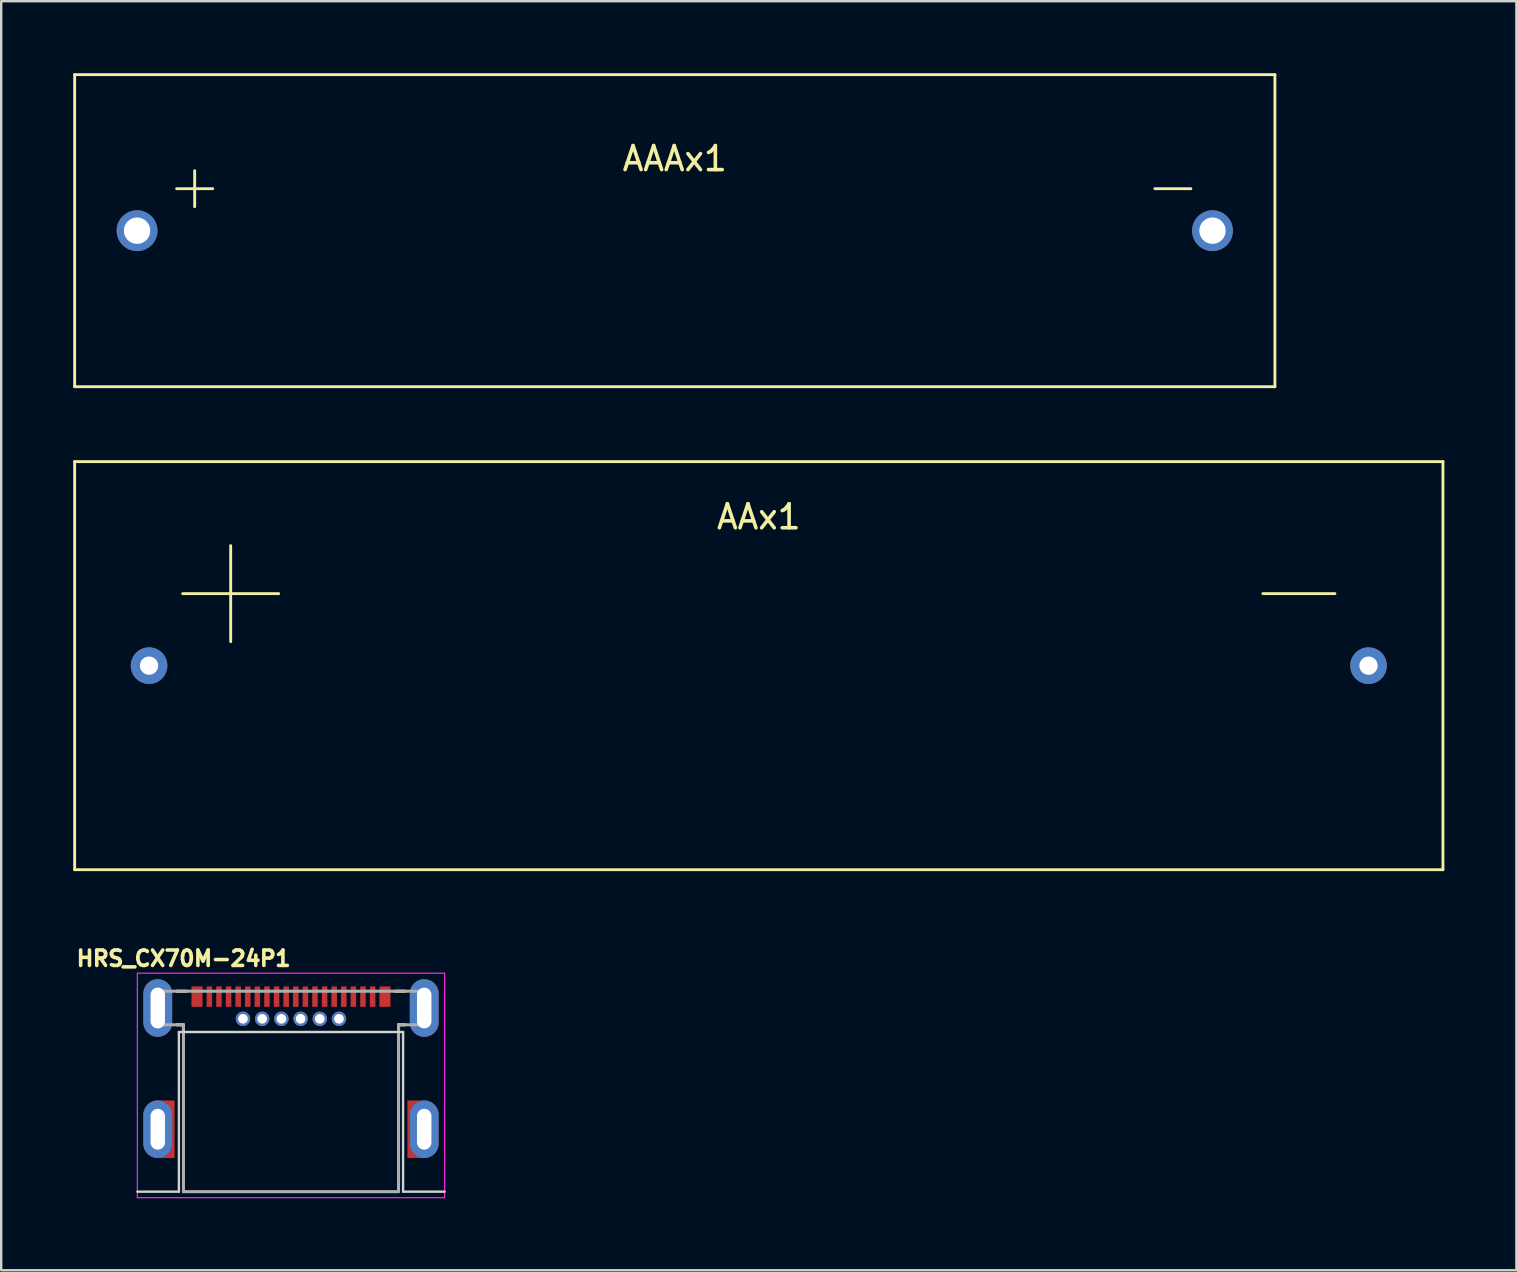
<source format=kicad_pcb>
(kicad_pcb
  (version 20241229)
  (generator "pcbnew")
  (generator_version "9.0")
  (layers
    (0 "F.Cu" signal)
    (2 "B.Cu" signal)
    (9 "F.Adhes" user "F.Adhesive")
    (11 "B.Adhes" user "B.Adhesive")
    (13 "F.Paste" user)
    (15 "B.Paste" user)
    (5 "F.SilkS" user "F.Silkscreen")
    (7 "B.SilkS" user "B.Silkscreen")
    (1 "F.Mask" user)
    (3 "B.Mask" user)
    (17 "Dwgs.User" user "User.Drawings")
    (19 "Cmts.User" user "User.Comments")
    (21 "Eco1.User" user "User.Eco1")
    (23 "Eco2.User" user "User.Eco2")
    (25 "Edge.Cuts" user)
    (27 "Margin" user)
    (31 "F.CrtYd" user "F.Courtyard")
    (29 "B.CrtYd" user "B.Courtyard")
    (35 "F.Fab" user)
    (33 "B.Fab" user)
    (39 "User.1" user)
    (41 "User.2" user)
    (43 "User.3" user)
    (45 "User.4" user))
  (footprint "AAAx1"
    (layer "F.Cu")
    (at 25.06 6.56)
    (property "Reference" "AAAx1" (at 0 -3 0) (layer "F.SilkS") (effects (font (size 1 1) (thickness 0.15))))
    (attr through_hole)
    (fp_line (start -25 -6.5) (end 25 -6.5) (stroke (width 0.12) (type solid)) (layer "F.SilkS"))
    (fp_line (start -25 6.5) (end -25 -6.5) (stroke (width 0.12) (type solid)) (layer "F.SilkS"))
    (fp_line (start -20.75 -1.75) (end -19.25 -1.75) (stroke (width 0.12) (type solid)) (layer "F.SilkS"))
    (fp_line (start -20 -2.5) (end -20 -1) (stroke (width 0.12) (type solid)) (layer "F.SilkS"))
    (fp_line (start 20 -1.75) (end 21.5 -1.75) (stroke (width 0.12) (type solid)) (layer "F.SilkS"))
    (fp_line (start 25 -6.5) (end 25 6.5) (stroke (width 0.12) (type solid)) (layer "F.SilkS"))
    (fp_line (start 25 6.5) (end -25 6.5) (stroke (width 0.12) (type solid)) (layer "F.SilkS"))
    (pad "1" thru_hole circle (at -22.4 0) (size 1.7 1.7) (drill 1.1) (layers "*.Cu" "*.Mask"))
    (pad "2" thru_hole circle (at 22.4 0) (size 1.7 1.7) (drill 1.1) (layers "*.Cu" "*.Mask")))
  (footprint "HRS_CX70M-24P1"
    (layer "F.Cu")
    (at 9.072 43.992)
    (property "Reference" "HRS_CX70M-24P1" (at -4.473 -7.114 0) (layer "F.SilkS") (effects (font (size 0.641 0.641) (thickness 0.15))))
    (attr through_hole)
    (fp_poly (pts (xy -5.607 -1.3) (xy -4.75 -1.3) (xy -4.75 1.302) (xy -5.607 1.302)) (stroke (width 0.01) (type solid)) (fill yes) (layer "F.Mask"))
    (fp_poly (pts (xy 4.75 -1.3) (xy 5.55 -1.3) (xy 5.55 1.3) (xy 4.75 1.3)) (stroke (width 0.01) (type solid)) (fill yes) (layer "F.Mask"))
    (fp_line (start -4.75 -5.75) (end -4.35 -5.75) (stroke (width 0.127) (type solid)) (layer "F.SilkS"))
    (fp_line (start -4.75 -4.35) (end -4.48 -4.35) (stroke (width 0.127) (type solid)) (layer "F.SilkS"))
    (fp_line (start -4.48 -4.35) (end -4.48 -4.15) (stroke (width 0.127) (type solid)) (layer "F.SilkS"))
    (fp_line (start 4.35 -5.75) (end 4.75 -5.75) (stroke (width 0.127) (type solid)) (layer "F.SilkS"))
    (fp_line (start 4.48 -4.35) (end 4.48 -4.15) (stroke (width 0.127) (type solid)) (layer "F.SilkS"))
    (fp_line (start 4.75 -4.35) (end 4.48 -4.35) (stroke (width 0.127) (type solid)) (layer "F.SilkS"))
    (fp_poly (pts (xy -5.55 -1.2) (xy -4.85 -1.2) (xy -4.85 1.2) (xy -5.55 1.2) (xy -5.519 1.199) (xy -5.487 1.197) (xy -5.456 1.193) (xy -5.425 1.187) (xy -5.395 1.18) (xy -5.365 1.171) (xy -5.335 1.16) (xy -5.306 1.148) (xy -5.278 1.135) (xy -5.25 1.12) (xy -5.223 1.103) (xy -5.197 1.085) (xy -5.172 1.066) (xy -5.149 1.046) (xy -5.126 1.024) (xy -5.104 1.001) (xy -5.084 0.978) (xy -5.065 0.953) (xy -5.047 0.927) (xy -5.03 0.9) (xy -5.015 0.872) (xy -5.002 0.844) (xy -4.99 0.815) (xy -4.979 0.785) (xy -4.97 0.755) (xy -4.963 0.725) (xy -4.957 0.694) (xy -4.953 0.663) (xy -4.951 0.631) (xy -4.95 0.6) (xy -4.95 -0.6) (xy -4.951 -0.631) (xy -4.953 -0.663) (xy -4.957 -0.694) (xy -4.963 -0.725) (xy -4.97 -0.755) (xy -4.979 -0.785) (xy -4.99 -0.815) (xy -5.002 -0.844) (xy -5.015 -0.872) (xy -5.03 -0.9) (xy -5.047 -0.927) (xy -5.065 -0.953) (xy -5.084 -0.978) (xy -5.104 -1.001) (xy -5.126 -1.024) (xy -5.149 -1.046) (xy -5.172 -1.066) (xy -5.197 -1.085) (xy -5.223 -1.103) (xy -5.25 -1.12) (xy -5.278 -1.135) (xy -5.306 -1.148) (xy -5.335 -1.16) (xy -5.365 -1.171) (xy -5.395 -1.18) (xy -5.425 -1.187) (xy -5.456 -1.193) (xy -5.487 -1.197) (xy -5.519 -1.199) (xy -5.55 -1.2)) (stroke (width 0.0001) (type solid)) (fill yes) (layer "F.Paste"))
    (fp_poly (pts (xy 5.55 -1.2) (xy 4.85 -1.2) (xy 4.85 1.2) (xy 5.55 1.2) (xy 5.519 1.199) (xy 5.487 1.197) (xy 5.456 1.193) (xy 5.425 1.187) (xy 5.395 1.18) (xy 5.365 1.171) (xy 5.335 1.16) (xy 5.306 1.148) (xy 5.278 1.135) (xy 5.25 1.12) (xy 5.223 1.103) (xy 5.197 1.085) (xy 5.172 1.066) (xy 5.149 1.046) (xy 5.126 1.024) (xy 5.104 1.001) (xy 5.084 0.978) (xy 5.065 0.953) (xy 5.047 0.927) (xy 5.03 0.9) (xy 5.015 0.872) (xy 5.002 0.844) (xy 4.99 0.815) (xy 4.979 0.785) (xy 4.97 0.755) (xy 4.963 0.725) (xy 4.957 0.694) (xy 4.953 0.663) (xy 4.951 0.631) (xy 4.95 0.6) (xy 4.95 -0.6) (xy 4.951 -0.631) (xy 4.953 -0.663) (xy 4.957 -0.694) (xy 4.963 -0.725) (xy 4.97 -0.755) (xy 4.979 -0.785) (xy 4.99 -0.815) (xy 5.002 -0.844) (xy 5.015 -0.872) (xy 5.03 -0.9) (xy 5.047 -0.927) (xy 5.065 -0.953) (xy 5.084 -0.978) (xy 5.104 -1.001) (xy 5.126 -1.024) (xy 5.149 -1.046) (xy 5.172 -1.066) (xy 5.197 -1.085) (xy 5.223 -1.103) (xy 5.25 -1.12) (xy 5.278 -1.135) (xy 5.306 -1.148) (xy 5.335 -1.16) (xy 5.365 -1.171) (xy 5.395 -1.18) (xy 5.425 -1.187) (xy 5.456 -1.193) (xy 5.487 -1.197) (xy 5.519 -1.199) (xy 5.55 -1.2)) (stroke (width 0.0001) (type solid)) (fill yes) (layer "F.Paste"))
    (fp_line (start -6.4 2.6) (end -4.67 2.6) (stroke (width 0.1) (type solid)) (layer "Edge.Cuts"))
    (fp_line (start -4.67 -4.05) (end 4.67 -4.05) (stroke (width 0.1) (type solid)) (layer "Edge.Cuts"))
    (fp_line (start -4.67 2.6) (end -4.67 -4.05) (stroke (width 0.1) (type solid)) (layer "Edge.Cuts"))
    (fp_line (start 4.67 -4.05) (end 4.67 2.6) (stroke (width 0.1) (type solid)) (layer "Edge.Cuts"))
    (fp_line (start 4.67 2.6) (end 6.4 2.6) (stroke (width 0.1) (type solid)) (layer "Edge.Cuts"))
    (fp_line (start -6.4 -6.5) (end 6.4 -6.5) (stroke (width 0.05) (type solid)) (layer "F.CrtYd"))
    (fp_line (start -6.4 2.85) (end -6.4 -6.5) (stroke (width 0.05) (type solid)) (layer "F.CrtYd"))
    (fp_line (start 6.4 -6.5) (end 6.4 2.85) (stroke (width 0.05) (type solid)) (layer "F.CrtYd"))
    (fp_line (start 6.4 2.85) (end -6.4 2.85) (stroke (width 0.05) (type solid)) (layer "F.CrtYd"))
    (fp_line (start -5.7 -5.75) (end -5.7 -4.35) (stroke (width 0.127) (type solid)) (layer "F.Fab"))
    (fp_line (start -5.7 -5.75) (end 5.7 -5.75) (stroke (width 0.127) (type solid)) (layer "F.Fab"))
    (fp_line (start -5.7 -4.35) (end -4.48 -4.35) (stroke (width 0.127) (type solid)) (layer "F.Fab"))
    (fp_line (start -4.48 2.6) (end -4.48 -4.35) (stroke (width 0.127) (type solid)) (layer "F.Fab"))
    (fp_line (start 4.48 -4.35) (end 4.48 2.6) (stroke (width 0.127) (type solid)) (layer "F.Fab"))
    (fp_line (start 4.48 -4.35) (end 5.7 -4.35) (stroke (width 0.127) (type solid)) (layer "F.Fab"))
    (fp_line (start 4.48 2.6) (end -4.48 2.6) (stroke (width 0.127) (type solid)) (layer "F.Fab"))
    (fp_line (start 5.7 -5.75) (end 5.7 -4.35) (stroke (width 0.127) (type solid)) (layer "F.Fab"))
    (pad "A1" smd rect (at -2.2 -5.525) (size 0.23 0.85) (layers "F.Cu" "F.Mask" "F.Paste"))
    (pad "A2" smd rect (at -1.8 -5.525) (size 0.23 0.85) (layers "F.Cu" "F.Mask" "F.Paste"))
    (pad "A3" smd rect (at -1.4 -5.525) (size 0.23 0.85) (layers "F.Cu" "F.Mask" "F.Paste"))
    (pad "A4" smd rect (at -1 -5.525) (size 0.23 0.85) (layers "F.Cu" "F.Mask" "F.Paste"))
    (pad "A5" smd rect (at -0.6 -5.525) (size 0.23 0.85) (layers "F.Cu" "F.Mask" "F.Paste"))
    (pad "A6" smd rect (at -0.2 -5.525) (size 0.23 0.85) (layers "F.Cu" "F.Mask" "F.Paste"))
    (pad "A7" smd rect (at 0.2 -5.525) (size 0.23 0.85) (layers "F.Cu" "F.Mask" "F.Paste"))
    (pad "A8" smd rect (at 0.6 -5.525) (size 0.23 0.85) (layers "F.Cu" "F.Mask" "F.Paste"))
    (pad "A9" smd rect (at 1 -5.525) (size 0.23 0.85) (layers "F.Cu" "F.Mask" "F.Paste"))
    (pad "A10" smd rect (at 1.4 -5.525) (size 0.23 0.85) (layers "F.Cu" "F.Mask" "F.Paste"))
    (pad "A11" smd rect (at 1.8 -5.525) (size 0.23 0.85) (layers "F.Cu" "F.Mask" "F.Paste"))
    (pad "A12" smd rect (at 2.2 -5.525) (size 0.23 0.85) (layers "F.Cu" "F.Mask" "F.Paste"))
    (pad "B1" smd rect (at 3.4 -5.525) (size 0.23 0.85) (layers "F.Cu" "F.Mask" "F.Paste"))
    (pad "B2" smd rect (at 3 -5.525) (size 0.23 0.85) (layers "F.Cu" "F.Mask" "F.Paste"))
    (pad "B3" smd rect (at 2.6 -5.525) (size 0.23 0.85) (layers "F.Cu" "F.Mask" "F.Paste"))
    (pad "B4" thru_hole circle (at 2 -4.6) (size 0.6 0.6) (drill 0.4) (layers "*.Cu" "*.Mask"))
    (pad "B5" thru_hole circle (at 1.2 -4.6) (size 0.6 0.6) (drill 0.4) (layers "*.Cu" "*.Mask"))
    (pad "B6" thru_hole circle (at 0.4 -4.6) (size 0.6 0.6) (drill 0.4) (layers "*.Cu" "*.Mask"))
    (pad "B7" thru_hole circle (at -0.4 -4.6) (size 0.6 0.6) (drill 0.4) (layers "*.Cu" "*.Mask"))
    (pad "B8" thru_hole circle (at -1.2 -4.6) (size 0.6 0.6) (drill 0.4) (layers "*.Cu" "*.Mask"))
    (pad "B9" thru_hole circle (at -2 -4.6) (size 0.6 0.6) (drill 0.4) (layers "*.Cu" "*.Mask"))
    (pad "B10" smd rect (at -2.6 -5.525) (size 0.23 0.85) (layers "F.Cu" "F.Mask" "F.Paste"))
    (pad "B11" smd rect (at -3 -5.525) (size 0.23 0.85) (layers "F.Cu" "F.Mask" "F.Paste"))
    (pad "B12" smd rect (at -3.4 -5.525) (size 0.23 0.85) (layers "F.Cu" "F.Mask" "F.Paste"))
    (pad "S1" thru_hole oval (at -5.55 -5.05) (size 1.2 2.4) (drill oval 0.6 1.7) (layers "*.Cu" "*.Mask"))
    (pad "S2" smd rect (at -3.915 -5.525) (size 0.46 0.85) (layers "F.Cu" "F.Mask" "F.Paste"))
    (pad "S3" smd rect (at 3.915 -5.525) (size 0.46 0.85) (layers "F.Cu" "F.Mask" "F.Paste"))
    (pad "S4" thru_hole oval (at 5.55 -5.05) (size 1.2 2.4) (drill oval 0.6 1.7) (layers "*.Cu" "*.Mask"))
    (pad "S5" thru_hole oval (at -5.55 0) (size 1.2 2.4) (drill oval 0.6 1.7) (layers "*.Cu" "*.Mask"))
    (pad "S5.1" smd custom (at -4.9 0) (size 0.1 0.1) (layers "F.Cu") (options (anchor rect)) (primitives (gr_poly (pts (xy -0.65 -1.2) (xy 0.05 -1.2) (xy 0.05 1.2) (xy -0.65 1.2) (xy -0.619 1.199) (xy -0.587 1.197) (xy -0.556 1.193) (xy -0.525 1.187) (xy -0.495 1.18) (xy -0.465 1.171) (xy -0.435 1.16) (xy -0.406 1.148) (xy -0.378 1.135) (xy -0.35 1.12) (xy -0.323 1.103) (xy -0.297 1.085) (xy -0.272 1.066) (xy -0.249 1.046) (xy -0.226 1.024) (xy -0.204 1.001) (xy -0.184 0.978) (xy -0.165 0.953) (xy -0.147 0.927) (xy -0.13 0.9) (xy -0.115 0.872) (xy -0.102 0.844) (xy -0.09 0.815) (xy -0.079 0.785) (xy -0.07 0.755) (xy -0.063 0.725) (xy -0.057 0.694) (xy -0.053 0.663) (xy -0.051 0.631) (xy -0.05 0.6) (xy -0.05 -0.6) (xy -0.051 -0.631) (xy -0.053 -0.663) (xy -0.057 -0.694) (xy -0.063 -0.725) (xy -0.07 -0.755) (xy -0.079 -0.785) (xy -0.09 -0.815) (xy -0.102 -0.844) (xy -0.115 -0.872) (xy -0.13 -0.9) (xy -0.147 -0.927) (xy -0.165 -0.953) (xy -0.184 -0.978) (xy -0.204 -1.001) (xy -0.226 -1.024) (xy -0.249 -1.046) (xy -0.272 -1.066) (xy -0.297 -1.085) (xy -0.323 -1.103) (xy -0.35 -1.12) (xy -0.378 -1.135) (xy -0.406 -1.148) (xy -0.435 -1.16) (xy -0.465 -1.171) (xy -0.495 -1.18) (xy -0.525 -1.187) (xy -0.556 -1.193) (xy -0.587 -1.197) (xy -0.619 -1.199) (xy -0.65 -1.2)) (width 0.0001) (fill yes))))
    (pad "S6" thru_hole oval (at 5.55 0) (size 1.2 2.4) (drill oval 0.6 1.7) (layers "*.Cu" "*.Mask"))
    (pad "S6.1" smd custom (at 4.9 0) (size 0.1 0.1) (layers "F.Cu") (options (anchor rect)) (primitives (gr_poly (pts (xy 0.65 -1.2) (xy -0.05 -1.2) (xy -0.05 1.2) (xy 0.65 1.2) (xy 0.619 1.199) (xy 0.587 1.197) (xy 0.556 1.193) (xy 0.525 1.187) (xy 0.495 1.18) (xy 0.465 1.171) (xy 0.435 1.16) (xy 0.406 1.148) (xy 0.378 1.135) (xy 0.35 1.12) (xy 0.323 1.103) (xy 0.297 1.085) (xy 0.272 1.066) (xy 0.249 1.046) (xy 0.226 1.024) (xy 0.204 1.001) (xy 0.184 0.978) (xy 0.165 0.953) (xy 0.147 0.927) (xy 0.13 0.9) (xy 0.115 0.872) (xy 0.102 0.844) (xy 0.09 0.815) (xy 0.079 0.785) (xy 0.07 0.755) (xy 0.063 0.725) (xy 0.057 0.694) (xy 0.053 0.663) (xy 0.051 0.631) (xy 0.05 0.6) (xy 0.05 -0.6) (xy 0.051 -0.631) (xy 0.053 -0.663) (xy 0.057 -0.694) (xy 0.063 -0.725) (xy 0.07 -0.755) (xy 0.079 -0.785) (xy 0.09 -0.815) (xy 0.102 -0.844) (xy 0.115 -0.872) (xy 0.13 -0.9) (xy 0.147 -0.927) (xy 0.165 -0.953) (xy 0.184 -0.978) (xy 0.204 -1.001) (xy 0.226 -1.024) (xy 0.249 -1.046) (xy 0.272 -1.066) (xy 0.297 -1.085) (xy 0.323 -1.103) (xy 0.35 -1.12) (xy 0.378 -1.135) (xy 0.406 -1.148) (xy 0.435 -1.16) (xy 0.465 -1.171) (xy 0.495 -1.18) (xy 0.525 -1.187) (xy 0.556 -1.193) (xy 0.587 -1.197) (xy 0.619 -1.199) (xy 0.65 -1.2)) (width 0.0001) (fill yes)))))
  (footprint "AAx1"
    (layer "F.Cu")
    (at 28.56 24.68)
    (property "Reference" "AAx1" (at 0 -6.2 0) (layer "F.SilkS") (effects (font (size 1 1) (thickness 0.15))))
    (attr through_hole)
    (fp_line (start -28.5 -8.5) (end 28.5 -8.5) (stroke (width 0.12) (type solid)) (layer "F.SilkS"))
    (fp_line (start -28.5 8.5) (end -28.5 -8.5) (stroke (width 0.12) (type solid)) (layer "F.SilkS"))
    (fp_line (start -24 -3) (end -20 -3) (stroke (width 0.12) (type solid)) (layer "F.SilkS"))
    (fp_line (start -22 -5) (end -22 -1) (stroke (width 0.12) (type solid)) (layer "F.SilkS"))
    (fp_line (start 21 -3) (end 24 -3) (stroke (width 0.12) (type solid)) (layer "F.SilkS"))
    (fp_line (start 28.5 -8.5) (end 28.5 8.5) (stroke (width 0.12) (type solid)) (layer "F.SilkS"))
    (fp_line (start 28.5 8.5) (end -28.5 8.5) (stroke (width 0.12) (type solid)) (layer "F.SilkS"))
    (pad "1" thru_hole circle (at -25.4 0) (size 1.524 1.524) (drill 0.762) (layers "*.Cu" "*.Mask"))
    (pad "2" thru_hole circle (at 25.4 0) (size 1.524 1.524) (drill 0.762) (layers "*.Cu" "*.Mask")))
  (gr_rect
    (start -3 -3)
    (end 60.12 49.867)
    (stroke (width 0.1) (type default))
    (fill no)
    (layer "Edge.Cuts")))
</source>
